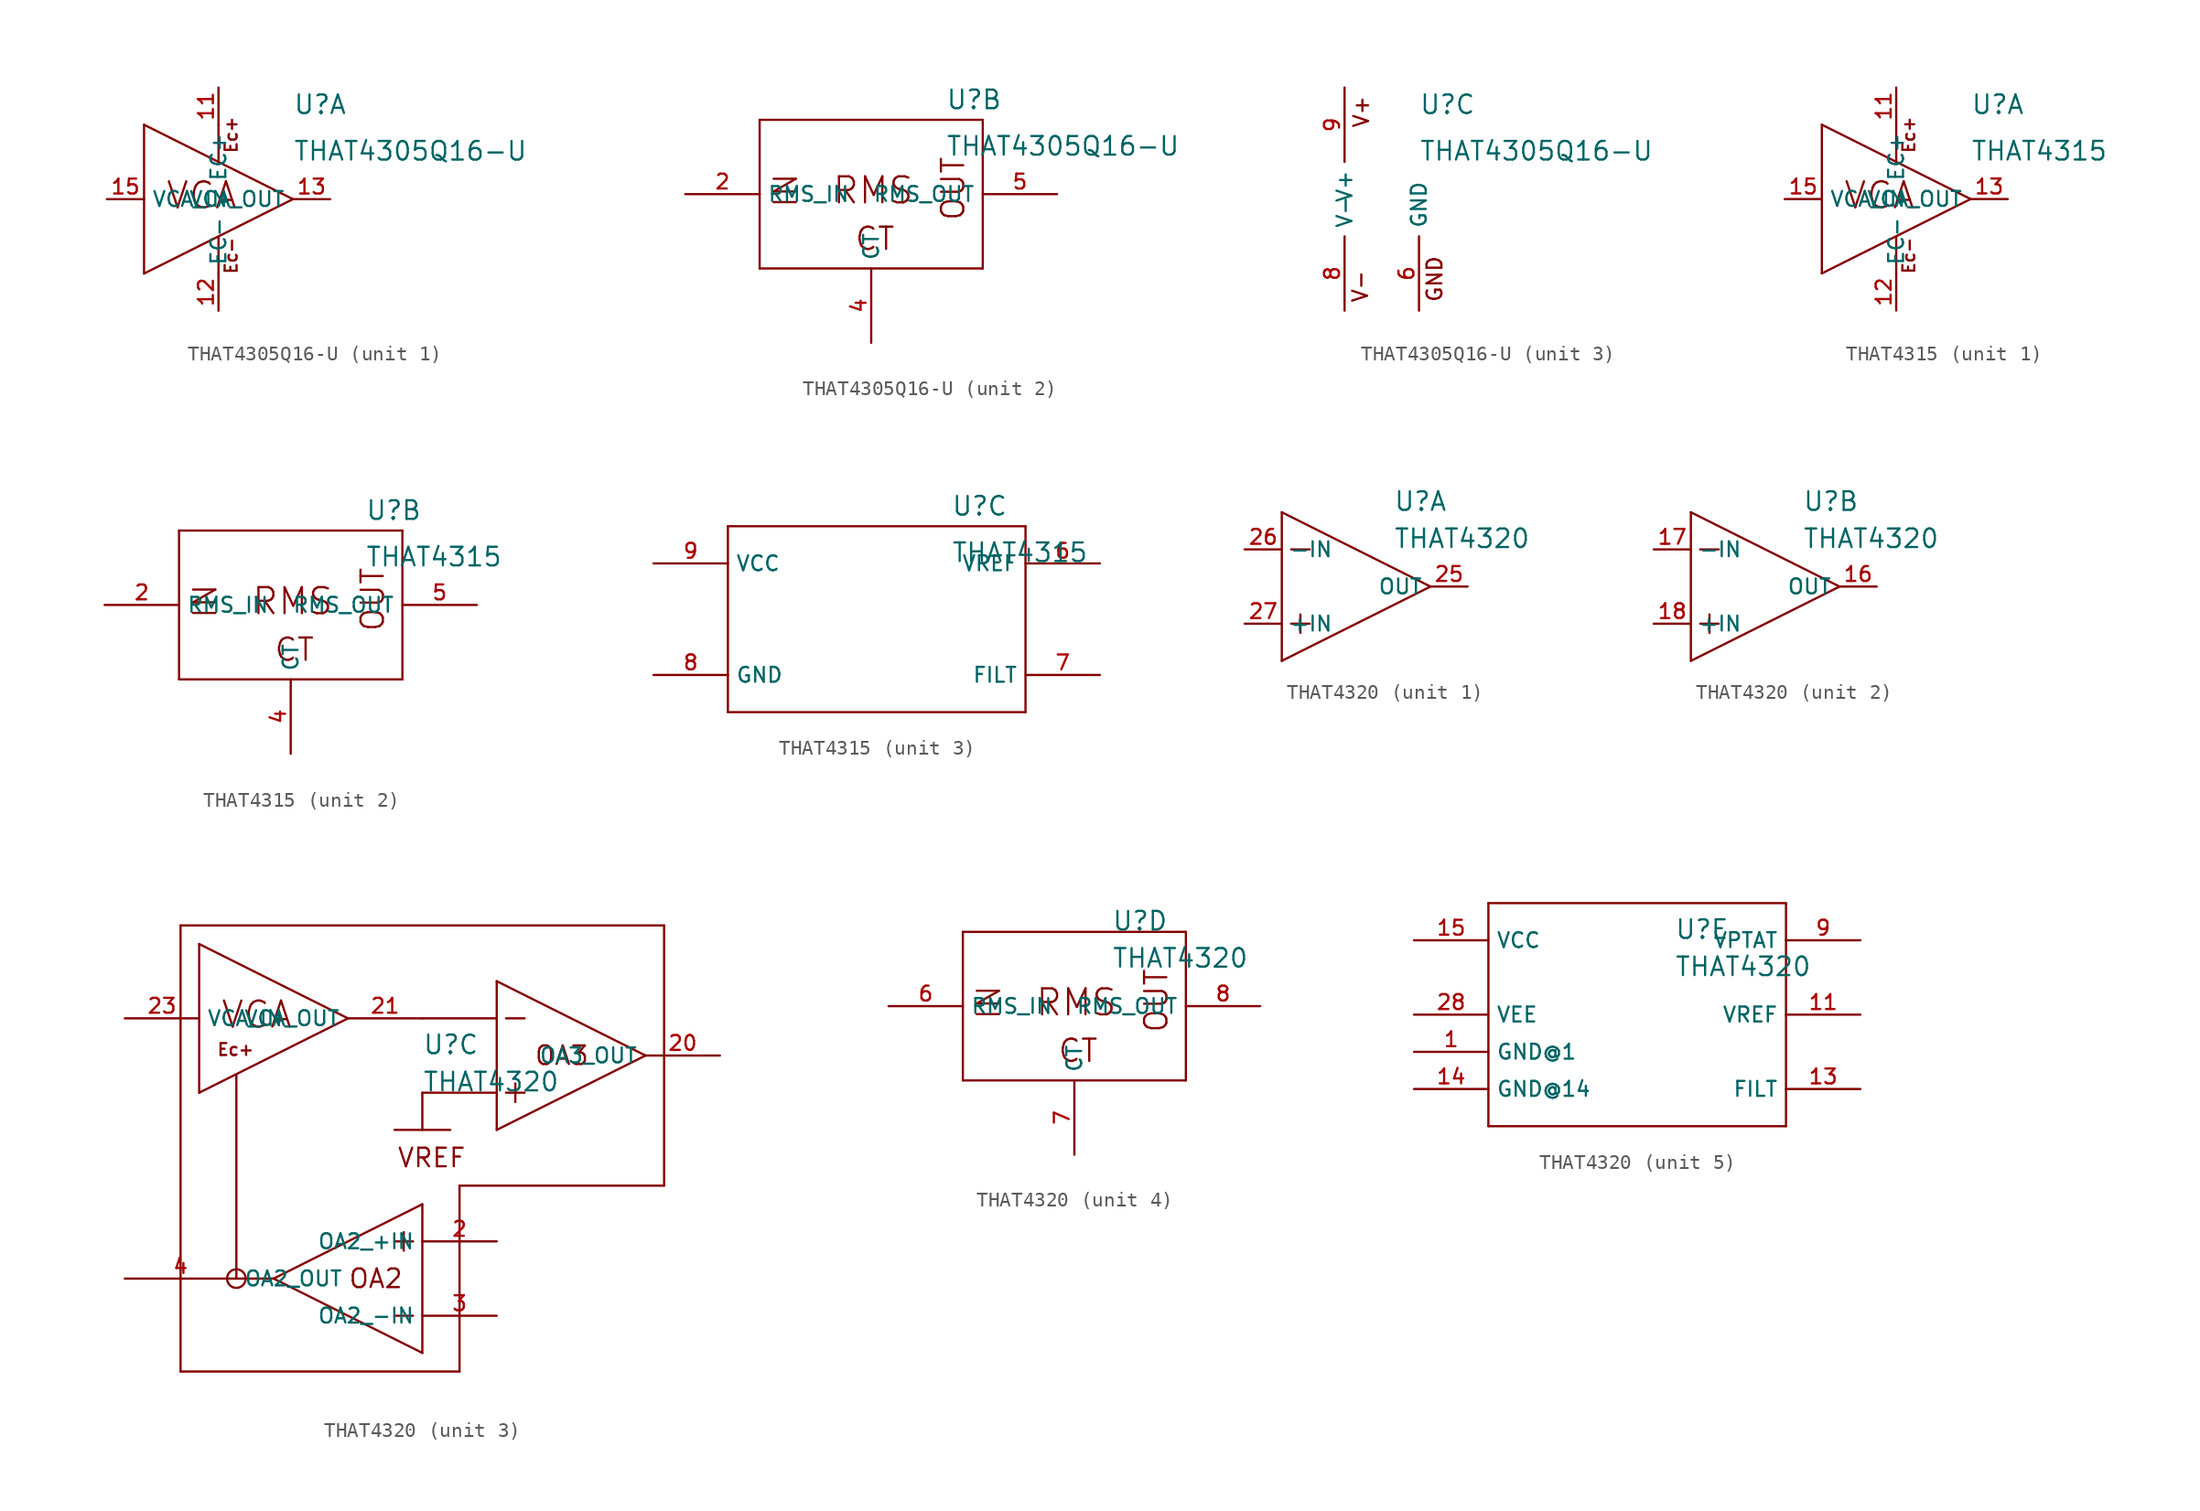
<source format=kicad_sym>
(kicad_symbol_lib
  (version 20200126)
  (host kicad_symbol_editor "5.99.0-unknown-1463dd1~101~ubuntu18.04.1")
  (symbol "that-corp-edit:THAT4305Q16-U"
    (property "Reference" "U"
      (at 5.08 5.715 0)
      (effects (font (size 1.27 1.27)) (justify left bottom)))
    (property "Value" "THAT4305Q16-U"
      (at 5.08 2.54 0)
      (effects (font (size 1.27 1.27)) (justify left bottom)))
    (property "ki_locked" ""
      (at 0 0 0)
      (effects (font (size 1.27 1.27))))
    (symbol "THAT4305Q16-U_1_0"
      (text "Ec+" (at 0.864 4.394 1) (effects (font (size 0.813 0.813))))
      (text "Ec-" (at 0.864 -3.861 1) (effects (font (size 0.813 0.813))))
      (text "VCA" (at -1.143 0.254 0) (effects (font (size 1.778 1.778))))
      (polyline (pts (xy 0 5.055) (xy 0 2.616)) (stroke (width 0)) (fill (type none)))
      (polyline (pts (xy 0 -2.616) (xy 0 -5.08)) (stroke (width 0)) (fill (type none)))
      (polyline (pts (xy 5.08 0) (xy -5.08 5.08)) (stroke (width 0)) (fill (type none)))
      (polyline (pts (xy -5.08 5.08) (xy -5.08 -5.08)) (stroke (width 0)) (fill (type none)))
      (polyline (pts (xy -5.08 -5.08) (xy 5.08 0)) (stroke (width 0)) (fill (type none))))
    (symbol "THAT4305Q16-U_2_0"
      (text "RMS" (at 0.127 0.254 0) (effects (font (size 1.778 1.778))))
      (text "IN" (at -5.842 0.254 1) (effects (font (size 1.524 1.524))))
      (text "OUT" (at 5.588 0.381 1) (effects (font (size 1.524 1.524))))
      (text "CT" (at 0.254 -3.048 0) (effects (font (size 1.524 1.524))))
      (polyline (pts (xy -7.62 5.08) (xy 7.62 5.08)) (stroke (width 0)) (fill (type none)))
      (polyline (pts (xy 7.62 5.08) (xy 7.62 -5.08)) (stroke (width 0)) (fill (type none)))
      (polyline (pts (xy 7.62 -5.08) (xy -7.62 -5.08)) (stroke (width 0)) (fill (type none)))
      (polyline (pts (xy -7.62 -5.08) (xy -7.62 5.08)) (stroke (width 0)) (fill (type none))))
    (symbol "THAT4305Q16-U_3_0"
      (text "V+" (at 1.143 5.969 1) (effects (font (size 1.016 1.016))))
      (text "V-" (at 1.067 -5.969 1) (effects (font (size 1.016 1.016))))
      (text "GND" (at 6.147 -5.461 1) (effects (font (size 1.016 1.016)))))
    (symbol "THAT4305Q16-U_1_1"
      (pin passive line (at 0 7.62 270) (length 2.54) (name "EC+" (effects (font (size 1.016 1.016)))) (number "11" (effects (font (size 1.016 1.016)))))
      (pin passive line (at 0 -7.62 90) (length 2.54) (name "EC-" (effects (font (size 1.016 1.016)))) (number "12" (effects (font (size 1.016 1.016)))))
      (pin input line (at -7.62 0 0) (length 2.54) (name "VCA_IN" (effects (font (size 1.016 1.016)))) (number "15" (effects (font (size 1.016 1.016)))))
      (pin output line (at 7.62 0 180) (length 2.54) (name "VCA_OUT" (effects (font (size 1.016 1.016)))) (number "13" (effects (font (size 1.016 1.016))))))
    (symbol "THAT4305Q16-U_2_1"
      (pin passive line (at 0 -10.16 90) (length 5.08) (name "CT" (effects (font (size 1.016 1.016)))) (number "4" (effects (font (size 1.016 1.016)))))
      (pin input line (at -12.7 0 0) (length 5.08) (name "RMS_IN" (effects (font (size 1.016 1.016)))) (number "2" (effects (font (size 1.016 1.016)))))
      (pin output line (at 12.7 0 180) (length 5.08) (name "RMS_OUT" (effects (font (size 1.016 1.016)))) (number "5" (effects (font (size 1.016 1.016))))))
    (symbol "THAT4305Q16-U_3_1"
      (pin power_in line (at 5.08 -7.62 90) (length 5.08) (name "GND" (effects (font (size 1.016 1.016)))) (number "6" (effects (font (size 1.016 1.016)))))
      (pin power_in line (at 0 7.62 270) (length 5.08) (name "V+" (effects (font (size 1.016 1.016)))) (number "9" (effects (font (size 1.016 1.016)))))
      (pin power_in line (at 0 -7.62 90) (length 5.08) (name "V-" (effects (font (size 1.016 1.016)))) (number "8" (effects (font (size 1.016 1.016)))))))
  (symbol "that-corp-edit:THAT4315"
    (property "Reference" "U"
      (at 5.08 5.715 0)
      (effects (font (size 1.27 1.27)) (justify left bottom)))
    (property "Value" "THAT4315"
      (at 5.08 2.54 0)
      (effects (font (size 1.27 1.27)) (justify left bottom)))
    (property "ki_locked" ""
      (at 0 0 0)
      (effects (font (size 1.27 1.27))))
    (symbol "THAT4315_1_0"
      (text "Ec+" (at 0.864 4.394 1) (effects (font (size 0.813 0.813))))
      (text "Ec-" (at 0.864 -3.861 1) (effects (font (size 0.813 0.813))))
      (text "VCA" (at -1.143 0.254 0) (effects (font (size 1.778 1.778))))
      (polyline (pts (xy 0 5.055) (xy 0 2.616)) (stroke (width 0)) (fill (type none)))
      (polyline (pts (xy 0 -2.616) (xy 0 -5.08)) (stroke (width 0)) (fill (type none)))
      (polyline (pts (xy 5.08 0) (xy -5.08 5.08)) (stroke (width 0)) (fill (type none)))
      (polyline (pts (xy -5.08 5.08) (xy -5.08 -5.08)) (stroke (width 0)) (fill (type none)))
      (polyline (pts (xy -5.08 -5.08) (xy 5.08 0)) (stroke (width 0)) (fill (type none))))
    (symbol "THAT4315_2_0"
      (text "RMS" (at 0.127 0.254 0) (effects (font (size 1.778 1.778))))
      (text "IN" (at -5.842 0.254 1) (effects (font (size 1.524 1.524))))
      (text "OUT" (at 5.588 0.381 1) (effects (font (size 1.524 1.524))))
      (text "CT" (at 0.254 -3.048 0) (effects (font (size 1.524 1.524))))
      (polyline (pts (xy -7.62 5.08) (xy 7.62 5.08)) (stroke (width 0)) (fill (type none)))
      (polyline (pts (xy 7.62 5.08) (xy 7.62 -5.08)) (stroke (width 0)) (fill (type none)))
      (polyline (pts (xy 7.62 -5.08) (xy -7.62 -5.08)) (stroke (width 0)) (fill (type none)))
      (polyline (pts (xy -7.62 -5.08) (xy -7.62 5.08)) (stroke (width 0)) (fill (type none))))
    (symbol "THAT4315_3_0"
      (polyline (pts (xy -10.16 5.08) (xy 10.16 5.08)) (stroke (width 0)) (fill (type none)))
      (polyline (pts (xy 10.16 5.08) (xy 10.16 -7.62)) (stroke (width 0)) (fill (type none)))
      (polyline (pts (xy 10.16 -7.62) (xy -10.16 -7.62)) (stroke (width 0)) (fill (type none)))
      (polyline (pts (xy -10.16 -7.62) (xy -10.16 5.08)) (stroke (width 0)) (fill (type none))))
    (symbol "THAT4315_1_1"
      (pin passive line (at 0 7.62 270) (length 2.54) (name "EC+" (effects (font (size 1.016 1.016)))) (number "11" (effects (font (size 1.016 1.016)))))
      (pin passive line (at 0 -7.62 90) (length 2.54) (name "EC-" (effects (font (size 1.016 1.016)))) (number "12" (effects (font (size 1.016 1.016)))))
      (pin input line (at -7.62 0 0) (length 2.54) (name "VCA_IN" (effects (font (size 1.016 1.016)))) (number "15" (effects (font (size 1.016 1.016)))))
      (pin output line (at 7.62 0 180) (length 2.54) (name "VCA_OUT" (effects (font (size 1.016 1.016)))) (number "13" (effects (font (size 1.016 1.016))))))
    (symbol "THAT4315_2_1"
      (pin passive line (at 0 -10.16 90) (length 5.08) (name "CT" (effects (font (size 1.016 1.016)))) (number "4" (effects (font (size 1.016 1.016)))))
      (pin input line (at -12.7 0 0) (length 5.08) (name "RMS_IN" (effects (font (size 1.016 1.016)))) (number "2" (effects (font (size 1.016 1.016)))))
      (pin output line (at 12.7 0 180) (length 5.08) (name "RMS_OUT" (effects (font (size 1.016 1.016)))) (number "5" (effects (font (size 1.016 1.016))))))
    (symbol "THAT4315_3_1"
      (pin passive line (at 15.24 -5.08 180) (length 5.08) (name "FILT" (effects (font (size 1.016 1.016)))) (number "7" (effects (font (size 1.016 1.016)))))
      (pin power_in line (at -15.24 -5.08 0) (length 5.08) (name "GND" (effects (font (size 1.016 1.016)))) (number "8" (effects (font (size 1.016 1.016)))))
      (pin power_in line (at -15.24 2.54 0) (length 5.08) (name "VCC" (effects (font (size 1.016 1.016)))) (number "9" (effects (font (size 1.016 1.016)))))
      (pin passive line (at 15.24 2.54 180) (length 5.08) (name "VREF" (effects (font (size 1.016 1.016)))) (number "6" (effects (font (size 1.016 1.016)))))))
  (symbol "that-corp-edit:THAT4320"
    (property "Reference" "U"
      (at 2.54 5.08 0)
      (effects (font (size 1.27 1.27)) (justify left bottom)))
    (property "Value" "THAT4320"
      (at 2.54 2.54 0)
      (effects (font (size 1.27 1.27)) (justify left bottom)))
    (property "ki_locked" ""
      (at 0 0 0)
      (effects (font (size 1.27 1.27))))
    (symbol "THAT4320_3_1"
      (circle (center -10.16 -10.16) (radius 0.635) (stroke (width 0)) (fill (type none)))
      (pin input line (at 7.62 -7.62 180) (length 5.08) (name "OA2_+IN" (effects (font (size 1.016 1.016)))) (number "2" (effects (font (size 1.016 1.016)))))
      (pin input line (at 7.62 -12.7 180) (length 5.08) (name "OA2_-IN" (effects (font (size 1.016 1.016)))) (number "3" (effects (font (size 1.016 1.016)))))
      (pin output line (at -17.78 -10.16 0) (length 7.62) (name "OA2_OUT" (effects (font (size 1.016 1.016)))) (number "4" (effects (font (size 1.016 1.016)))))
      (pin output line (at 22.86 5.08 180) (length 5.08) (name "OA3_OUT" (effects (font (size 1.016 1.016)))) (number "20" (effects (font (size 1.016 1.016)))))
      (pin input line (at -17.78 7.62 0) (length 5.08) (name "VCA_IN" (effects (font (size 1.016 1.016)))) (number "23" (effects (font (size 1.016 1.016)))))
      (pin bidirectional line (at 2.54 7.62 180) (length 5.08) (name "VCA_OUT" (effects (font (size 1.016 1.016)))) (number "21" (effects (font (size 1.016 1.016))))))
    (symbol "THAT4320_3_0"
      (text "Ec+" (at -10.211 5.486 0) (effects (font (size 0.813 0.813))))
      (text "VCA" (at -8.763 7.874 0) (effects (font (size 1.778 1.778))))
      (text "VREF" (at 3.175 -1.905 0) (effects (font (size 1.27 1.27))))
      (text "OA3" (at 12.065 5.08 0) (effects (font (size 1.27 1.27))))
      (text "OA2" (at -0.635 -10.16 0) (effects (font (size 1.27 1.27))))
      (polyline (pts (xy -10.16 3.734) (xy -10.16 -10.16)) (stroke (width 0)) (fill (type none)))
      (polyline (pts (xy -2.54 7.62) (xy -12.7 12.7)) (stroke (width 0)) (fill (type none)))
      (polyline (pts (xy -12.7 12.7) (xy -12.7 2.54)) (stroke (width 0)) (fill (type none)))
      (polyline (pts (xy -12.7 2.54) (xy -2.54 7.62)) (stroke (width 0)) (fill (type none)))
      (polyline (pts (xy 7.62 0) (xy 7.62 2.54)) (stroke (width 0)) (fill (type none)))
      (polyline (pts (xy 7.62 2.54) (xy 7.62 7.62)) (stroke (width 0)) (fill (type none)))
      (polyline (pts (xy 7.62 7.62) (xy 7.62 10.16)) (stroke (width 0)) (fill (type none)))
      (polyline (pts (xy 7.62 10.16) (xy 17.78 5.08)) (stroke (width 0)) (fill (type none)))
      (polyline (pts (xy 17.78 5.08) (xy 7.62 0)) (stroke (width 0)) (fill (type none)))
      (polyline (pts (xy 8.89 1.905) (xy 8.89 3.175)) (stroke (width 0)) (fill (type none)))
      (polyline (pts (xy 8.255 2.54) (xy 9.525 2.54)) (stroke (width 0)) (fill (type none)))
      (polyline (pts (xy 8.255 7.62) (xy 9.525 7.62)) (stroke (width 0)) (fill (type none)))
      (polyline (pts (xy 2.54 7.62) (xy 7.62 7.62)) (stroke (width 0)) (fill (type none)))
      (polyline (pts (xy 2.54 -5.08) (xy 2.54 -15.24)) (stroke (width 0)) (fill (type none)))
      (polyline (pts (xy 2.54 -15.24) (xy -7.62 -10.16)) (stroke (width 0)) (fill (type none)))
      (polyline (pts (xy -7.62 -10.16) (xy 2.54 -5.08)) (stroke (width 0)) (fill (type none)))
      (polyline (pts (xy 1.27 -6.985) (xy 1.27 -8.255)) (stroke (width 0)) (fill (type none)))
      (polyline (pts (xy 1.905 -7.62) (xy 0.635 -7.62)) (stroke (width 0)) (fill (type none)))
      (polyline (pts (xy 1.905 -12.7) (xy 0.635 -12.7)) (stroke (width 0)) (fill (type none)))
      (polyline (pts (xy 7.62 2.54) (xy 2.54 2.54)) (stroke (width 0)) (fill (type none)))
      (polyline (pts (xy 2.54 2.54) (xy 2.54 0)) (stroke (width 0)) (fill (type none)))
      (polyline (pts (xy 0.635 0) (xy 4.445 0)) (stroke (width 0)) (fill (type none)))
      (polyline (pts (xy -13.97 13.97) (xy 19.05 13.97)) (stroke (width 0)) (fill (type none)))
      (polyline (pts (xy 19.05 13.97) (xy 19.05 -3.81)) (stroke (width 0)) (fill (type none)))
      (polyline (pts (xy 19.05 -3.81) (xy 5.08 -3.81)) (stroke (width 0)) (fill (type none)))
      (polyline (pts (xy 5.08 -3.81) (xy 5.08 -16.51)) (stroke (width 0)) (fill (type none)))
      (polyline (pts (xy 5.08 -16.51) (xy -13.97 -16.51)) (stroke (width 0)) (fill (type none)))
      (polyline (pts (xy -13.97 -16.51) (xy -13.97 13.97)) (stroke (width 0)) (fill (type none)))
      (polyline (pts (xy -7.62 -10.16) (xy -10.16 -10.16)) (stroke (width 0)) (fill (type none))))
    (symbol "THAT4320_4_0"
      (text "RMS" (at 0.127 0.254 0) (effects (font (size 1.778 1.778))))
      (text "IN" (at -5.842 0.254 1) (effects (font (size 1.524 1.524))))
      (text "OUT" (at 5.588 0.381 1) (effects (font (size 1.524 1.524))))
      (text "CT" (at 0.254 -3.048 0) (effects (font (size 1.524 1.524))))
      (polyline (pts (xy -7.62 5.08) (xy 7.62 5.08)) (stroke (width 0)) (fill (type none)))
      (polyline (pts (xy 7.62 5.08) (xy 7.62 -5.08)) (stroke (width 0)) (fill (type none)))
      (polyline (pts (xy 7.62 -5.08) (xy -7.62 -5.08)) (stroke (width 0)) (fill (type none)))
      (polyline (pts (xy -7.62 -5.08) (xy -7.62 5.08)) (stroke (width 0)) (fill (type none))))
    (symbol "THAT4320_1_0"
      (polyline (pts (xy -5.08 -5.08) (xy -5.08 5.08)) (stroke (width 0)) (fill (type none)))
      (polyline (pts (xy -5.08 5.08) (xy 5.08 0)) (stroke (width 0)) (fill (type none)))
      (polyline (pts (xy 5.08 0) (xy -5.08 -5.08)) (stroke (width 0)) (fill (type none)))
      (polyline (pts (xy -3.81 -3.175) (xy -3.81 -1.905)) (stroke (width 0)) (fill (type none)))
      (polyline (pts (xy -4.445 -2.54) (xy -3.175 -2.54)) (stroke (width 0)) (fill (type none)))
      (polyline (pts (xy -4.445 2.54) (xy -3.175 2.54)) (stroke (width 0)) (fill (type none))))
    (symbol "THAT4320_2_0"
      (polyline (pts (xy -5.08 -5.08) (xy -5.08 5.08)) (stroke (width 0)) (fill (type none)))
      (polyline (pts (xy -5.08 5.08) (xy 5.08 0)) (stroke (width 0)) (fill (type none)))
      (polyline (pts (xy 5.08 0) (xy -5.08 -5.08)) (stroke (width 0)) (fill (type none)))
      (polyline (pts (xy -3.81 -3.175) (xy -3.81 -1.905)) (stroke (width 0)) (fill (type none)))
      (polyline (pts (xy -4.445 -2.54) (xy -3.175 -2.54)) (stroke (width 0)) (fill (type none)))
      (polyline (pts (xy -4.445 2.54) (xy -3.175 2.54)) (stroke (width 0)) (fill (type none))))
    (symbol "THAT4320_5_0"
      (polyline (pts (xy -10.16 7.62) (xy 10.16 7.62)) (stroke (width 0)) (fill (type none)))
      (polyline (pts (xy 10.16 7.62) (xy 10.16 -7.62)) (stroke (width 0)) (fill (type none)))
      (polyline (pts (xy 10.16 -7.62) (xy -10.16 -7.62)) (stroke (width 0)) (fill (type none)))
      (polyline (pts (xy -10.16 -7.62) (xy -10.16 7.62)) (stroke (width 0)) (fill (type none))))
    (symbol "THAT4320_1_1"
      (pin input line (at -7.62 -2.54 0) (length 2.54) (name "+IN" (effects (font (size 1.016 1.016)))) (number "27" (effects (font (size 1.016 1.016)))))
      (pin input line (at -7.62 2.54 0) (length 2.54) (name "-IN" (effects (font (size 1.016 1.016)))) (number "26" (effects (font (size 1.016 1.016)))))
      (pin output line (at 7.62 0 180) (length 2.54) (name "OUT" (effects (font (size 1.016 1.016)))) (number "25" (effects (font (size 1.016 1.016))))))
    (symbol "THAT4320_2_1"
      (pin input line (at -7.62 -2.54 0) (length 2.54) (name "+IN" (effects (font (size 1.016 1.016)))) (number "18" (effects (font (size 1.016 1.016)))))
      (pin input line (at -7.62 2.54 0) (length 2.54) (name "-IN" (effects (font (size 1.016 1.016)))) (number "17" (effects (font (size 1.016 1.016)))))
      (pin output line (at 7.62 0 180) (length 2.54) (name "OUT" (effects (font (size 1.016 1.016)))) (number "16" (effects (font (size 1.016 1.016))))))
    (symbol "THAT4320_4_1"
      (pin passive line (at 0 -10.16 90) (length 5.08) (name "CT" (effects (font (size 1.016 1.016)))) (number "7" (effects (font (size 1.016 1.016)))))
      (pin input line (at -12.7 0 0) (length 5.08) (name "RMS_IN" (effects (font (size 1.016 1.016)))) (number "6" (effects (font (size 1.016 1.016)))))
      (pin output line (at 12.7 0 180) (length 5.08) (name "RMS_OUT" (effects (font (size 1.016 1.016)))) (number "8" (effects (font (size 1.016 1.016))))))
    (symbol "THAT4320_5_1"
      (pin passive line (at 15.24 -5.08 180) (length 5.08) (name "FILT" (effects (font (size 1.016 1.016)))) (number "13" (effects (font (size 1.016 1.016)))))
      (pin power_in line (at -15.24 -2.54 0) (length 5.08) (name "GND@1" (effects (font (size 1.016 1.016)))) (number "1" (effects (font (size 1.016 1.016)))))
      (pin power_in line (at -15.24 -5.08 0) (length 5.08) (name "GND@14" (effects (font (size 1.016 1.016)))) (number "14" (effects (font (size 1.016 1.016)))))
      (pin power_in line (at -15.24 5.08 0) (length 5.08) (name "VCC" (effects (font (size 1.016 1.016)))) (number "15" (effects (font (size 1.016 1.016)))))
      (pin passive line (at -15.24 0 0) (length 5.08) (name "VEE" (effects (font (size 1.016 1.016)))) (number "28" (effects (font (size 1.016 1.016)))))
      (pin bidirectional line (at 15.24 5.08 180) (length 5.08) (name "VPTAT" (effects (font (size 1.016 1.016)))) (number "9" (effects (font (size 1.016 1.016)))))
      (pin passive line (at 15.24 0 180) (length 5.08) (name "VREF" (effects (font (size 1.016 1.016)))) (number "11" (effects (font (size 1.016 1.016))))))))
</source>
